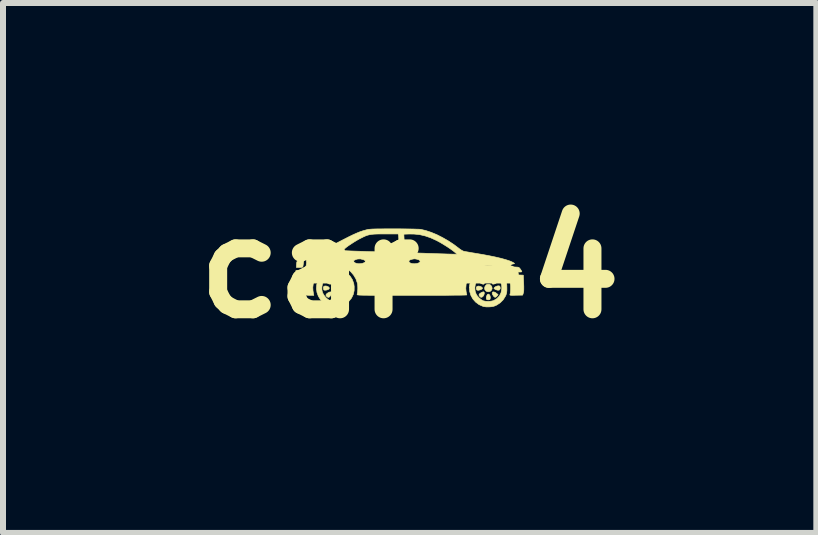
<source format=kicad_pcb>
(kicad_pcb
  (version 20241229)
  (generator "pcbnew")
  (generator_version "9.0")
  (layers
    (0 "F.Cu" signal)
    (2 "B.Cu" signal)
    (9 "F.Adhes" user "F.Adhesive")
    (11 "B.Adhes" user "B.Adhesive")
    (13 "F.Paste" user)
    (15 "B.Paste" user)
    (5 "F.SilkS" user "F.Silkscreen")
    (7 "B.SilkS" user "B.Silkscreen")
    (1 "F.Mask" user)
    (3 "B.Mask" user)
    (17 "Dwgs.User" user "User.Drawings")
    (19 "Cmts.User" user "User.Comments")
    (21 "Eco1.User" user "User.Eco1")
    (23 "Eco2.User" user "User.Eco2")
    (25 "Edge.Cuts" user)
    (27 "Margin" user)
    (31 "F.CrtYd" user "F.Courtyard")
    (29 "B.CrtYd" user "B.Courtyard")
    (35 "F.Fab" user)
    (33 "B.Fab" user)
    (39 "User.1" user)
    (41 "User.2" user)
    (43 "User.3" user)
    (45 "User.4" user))
  (footprint "car-4"
    (layer "F.Cu")
    (at 3.781 1.418)
    (property "Reference" "car-4" (at 0 0 0) (layer "F.SilkS") (effects (font (size 1.524 1.524) (thickness 0.3))))
    (attr through_hole)
    (fp_poly (pts (xy 1.426 0.407) (xy 1.452 0.426) (xy 1.475 0.445) (xy 1.456 0.468) (xy 1.437 0.486) (xy 1.421 0.489) (xy 1.403 0.475) (xy 1.398 0.469) (xy 1.38 0.439) (xy 1.376 0.416) (xy 1.383 0.402) (xy 1.401 0.399) (xy 1.426 0.407)) (stroke (width 0.01) (type solid)) (fill yes) (layer "F.SilkS"))
    (fp_poly (pts (xy -1.135 0.403) (xy -1.111 0.415) (xy -1.09 0.434) (xy -1.085 0.454) (xy -1.097 0.475) (xy -1.099 0.477) (xy -1.12 0.49) (xy -1.138 0.486) (xy -1.155 0.467) (xy -1.16 0.456) (xy -1.172 0.426) (xy -1.171 0.406) (xy -1.158 0.398) (xy -1.135 0.403)) (stroke (width 0.01) (type solid)) (fill yes) (layer "F.SilkS"))
    (fp_poly (pts (xy -1.383 0.303) (xy -1.379 0.304) (xy -1.352 0.317) (xy -1.34 0.332) (xy -1.343 0.348) (xy -1.361 0.361) (xy -1.393 0.37) (xy -1.395 0.37) (xy -1.418 0.371) (xy -1.43 0.367) (xy -1.434 0.36) (xy -1.44 0.33) (xy -1.433 0.31) (xy -1.413 0.3) (xy -1.383 0.303)) (stroke (width 0.01) (type solid)) (fill yes) (layer "F.SilkS"))
    (fp_poly (pts (xy -1.23 0.137) (xy -1.215 0.14) (xy -1.209 0.149) (xy -1.207 0.168) (xy -1.207 0.175) (xy -1.212 0.205) (xy -1.222 0.226) (xy -1.235 0.237) (xy -1.249 0.235) (xy -1.26 0.222) (xy -1.273 0.188) (xy -1.274 0.161) (xy -1.263 0.143) (xy -1.24 0.136) (xy -1.23 0.137)) (stroke (width 0.01) (type solid)) (fill yes) (layer "F.SilkS"))
    (fp_poly (pts (xy 1.151 0.302) (xy 1.176 0.307) (xy 1.198 0.317) (xy 1.212 0.331) (xy 1.214 0.342) (xy 1.202 0.354) (xy 1.18 0.364) (xy 1.153 0.371) (xy 1.138 0.373) (xy 1.121 0.367) (xy 1.112 0.35) (xy 1.112 0.324) (xy 1.124 0.307) (xy 1.149 0.302) (xy 1.151 0.302)) (stroke (width 0.01) (type solid)) (fill yes) (layer "F.SilkS"))
    (fp_poly (pts (xy 1.329 0.445) (xy 1.34 0.464) (xy 1.345 0.489) (xy 1.345 0.499) (xy 1.341 0.519) (xy 1.332 0.529) (xy 1.315 0.532) (xy 1.292 0.53) (xy 1.28 0.519) (xy 1.277 0.497) (xy 1.282 0.47) (xy 1.294 0.447) (xy 1.301 0.439) (xy 1.315 0.436) (xy 1.329 0.445)) (stroke (width 0.01) (type solid)) (fill yes) (layer "F.SilkS"))
    (fp_poly (pts (xy 1.33 0.273) (xy 1.354 0.289) (xy 1.371 0.317) (xy 1.375 0.345) (xy 1.365 0.37) (xy 1.346 0.388) (xy 1.32 0.397) (xy 1.292 0.395) (xy 1.273 0.385) (xy 1.254 0.363) (xy 1.249 0.334) (xy 1.257 0.306) (xy 1.277 0.281) (xy 1.303 0.271) (xy 1.33 0.273)) (stroke (width 0.01) (type solid)) (fill yes) (layer "F.SilkS"))
    (fp_poly (pts (xy -1.337 0.185) (xy -1.323 0.203) (xy -1.311 0.225) (xy -1.304 0.247) (xy -1.304 0.252) (xy -1.31 0.267) (xy -1.326 0.271) (xy -1.349 0.265) (xy -1.363 0.257) (xy -1.388 0.236) (xy -1.397 0.218) (xy -1.391 0.206) (xy -1.376 0.191) (xy -1.359 0.18) (xy -1.35 0.178) (xy -1.337 0.185)) (stroke (width 0.01) (type solid)) (fill yes) (layer "F.SilkS"))
    (fp_poly (pts (xy -1.305 0.404) (xy -1.304 0.419) (xy -1.309 0.442) (xy -1.322 0.466) (xy -1.338 0.484) (xy -1.354 0.491) (xy -1.371 0.485) (xy -1.383 0.476) (xy -1.394 0.46) (xy -1.397 0.452) (xy -1.39 0.437) (xy -1.372 0.421) (xy -1.35 0.408) (xy -1.331 0.401) (xy -1.312 0.399) (xy -1.305 0.404)) (stroke (width 0.01) (type solid)) (fill yes) (layer "F.SilkS"))
    (fp_poly (pts (xy 1.336 0.142) (xy 1.344 0.156) (xy 1.345 0.164) (xy 1.344 0.193) (xy 1.336 0.215) (xy 1.324 0.231) (xy 1.31 0.235) (xy 1.297 0.228) (xy 1.289 0.214) (xy 1.279 0.186) (xy 1.275 0.168) (xy 1.276 0.157) (xy 1.282 0.148) (xy 1.3 0.137) (xy 1.317 0.137) (xy 1.336 0.142)) (stroke (width 0.01) (type solid)) (fill yes) (layer "F.SilkS"))
    (fp_poly (pts (xy 1.449 0.191) (xy 1.462 0.208) (xy 1.465 0.22) (xy 1.458 0.237) (xy 1.441 0.252) (xy 1.42 0.264) (xy 1.398 0.27) (xy 1.381 0.268) (xy 1.376 0.263) (xy 1.376 0.249) (xy 1.383 0.228) (xy 1.395 0.206) (xy 1.409 0.188) (xy 1.416 0.183) (xy 1.432 0.182) (xy 1.449 0.191)) (stroke (width 0.01) (type solid)) (fill yes) (layer "F.SilkS"))
    (fp_poly (pts (xy -1.227 0.439) (xy -1.215 0.458) (xy -1.206 0.481) (xy -1.204 0.504) (xy -1.204 0.506) (xy -1.209 0.523) (xy -1.223 0.53) (xy -1.233 0.532) (xy -1.257 0.529) (xy -1.269 0.522) (xy -1.274 0.505) (xy -1.272 0.482) (xy -1.264 0.458) (xy -1.252 0.439) (xy -1.239 0.432) (xy -1.239 0.432) (xy -1.227 0.439)) (stroke (width 0.01) (type solid)) (fill yes) (layer "F.SilkS"))
    (fp_poly (pts (xy -1.221 0.275) (xy -1.208 0.281) (xy -1.188 0.295) (xy -1.179 0.313) (xy -1.177 0.336) (xy -1.184 0.366) (xy -1.202 0.386) (xy -1.227 0.396) (xy -1.255 0.394) (xy -1.281 0.379) (xy -1.284 0.376) (xy -1.3 0.351) (xy -1.302 0.325) (xy -1.292 0.301) (xy -1.274 0.283) (xy -1.249 0.273) (xy -1.221 0.275)) (stroke (width 0.01) (type solid)) (fill yes) (layer "F.SilkS"))
    (fp_poly (pts (xy -1.114 0.183) (xy -1.095 0.196) (xy -1.085 0.215) (xy -1.084 0.222) (xy -1.091 0.236) (xy -1.108 0.252) (xy -1.13 0.265) (xy -1.151 0.271) (xy -1.153 0.271) (xy -1.169 0.266) (xy -1.173 0.262) (xy -1.174 0.247) (xy -1.167 0.226) (xy -1.155 0.204) (xy -1.141 0.187) (xy -1.133 0.181) (xy -1.114 0.183)) (stroke (width 0.01) (type solid)) (fill yes) (layer "F.SilkS"))
    (fp_poly (pts (xy 1.242 0.405) (xy 1.245 0.421) (xy 1.24 0.443) (xy 1.23 0.465) (xy 1.227 0.469) (xy 1.206 0.487) (xy 1.186 0.489) (xy 1.167 0.473) (xy 1.165 0.469) (xy 1.156 0.452) (xy 1.158 0.439) (xy 1.161 0.435) (xy 1.179 0.42) (xy 1.203 0.406) (xy 1.226 0.398) (xy 1.231 0.398) (xy 1.242 0.405)) (stroke (width 0.01) (type solid)) (fill yes) (layer "F.SilkS"))
    (fp_poly (pts (xy 1.5 0.303) (xy 1.506 0.312) (xy 1.511 0.337) (xy 1.507 0.351) (xy 1.495 0.368) (xy 1.473 0.372) (xy 1.442 0.364) (xy 1.433 0.36) (xy 1.415 0.35) (xy 1.406 0.341) (xy 1.405 0.34) (xy 1.413 0.326) (xy 1.432 0.312) (xy 1.458 0.302) (xy 1.466 0.3) (xy 1.488 0.298) (xy 1.5 0.303)) (stroke (width 0.01) (type solid)) (fill yes) (layer "F.SilkS"))
    (fp_poly (pts (xy -1.773 -0.071) (xy -1.777 -0.043) (xy -1.781 -0.023) (xy -1.783 -0.016) (xy -1.793 -0.012) (xy -1.815 -0.009) (xy -1.838 -0.008) (xy -1.888 -0.008) (xy -1.888 -0.037) (xy -1.886 -0.067) (xy -1.883 -0.092) (xy -1.879 -0.106) (xy -1.873 -0.114) (xy -1.86 -0.118) (xy -1.836 -0.119) (xy -1.822 -0.119) (xy -1.767 -0.119) (xy -1.773 -0.071)) (stroke (width 0.01) (type solid)) (fill yes) (layer "F.SilkS"))
    (fp_poly (pts (xy -1.064 0.298) (xy -1.052 0.302) (xy -1.047 0.314) (xy -1.046 0.334) (xy -1.047 0.356) (xy -1.053 0.366) (xy -1.067 0.37) (xy -1.071 0.37) (xy -1.098 0.368) (xy -1.12 0.359) (xy -1.136 0.347) (xy -1.143 0.335) (xy -1.143 0.335) (xy -1.136 0.324) (xy -1.118 0.312) (xy -1.094 0.302) (xy -1.072 0.298) (xy -1.064 0.298)) (stroke (width 0.01) (type solid)) (fill yes) (layer "F.SilkS"))
    (fp_poly (pts (xy 1.22 0.195) (xy 1.225 0.2) (xy 1.238 0.223) (xy 1.245 0.246) (xy 1.245 0.248) (xy 1.242 0.265) (xy 1.23 0.271) (xy 1.224 0.271) (xy 1.204 0.265) (xy 1.181 0.252) (xy 1.176 0.247) (xy 1.16 0.231) (xy 1.155 0.22) (xy 1.159 0.208) (xy 1.161 0.205) (xy 1.18 0.185) (xy 1.2 0.181) (xy 1.22 0.195)) (stroke (width 0.01) (type solid)) (fill yes) (layer "F.SilkS"))
    (fp_poly (pts (xy 1.776 -0.015) (xy 1.804 -0.013) (xy 1.821 -0.008) (xy 1.835 0.004) (xy 1.847 0.021) (xy 1.861 0.042) (xy 1.869 0.057) (xy 1.871 0.061) (xy 1.864 0.066) (xy 1.845 0.068) (xy 1.82 0.067) (xy 1.793 0.066) (xy 1.771 0.062) (xy 1.759 0.057) (xy 1.746 0.041) (xy 1.734 0.017) (xy 1.727 -0.006) (xy 1.727 -0.009) (xy 1.735 -0.014) (xy 1.755 -0.016) (xy 1.776 -0.015)) (stroke (width 0.01) (type solid)) (fill yes) (layer "F.SilkS"))
    (fp_poly (pts (xy -1.204 0.021) (xy -1.136 0.037) (xy -1.104 0.05) (xy -1.043 0.088) (xy -0.993 0.137) (xy -0.955 0.196) (xy -0.932 0.261) (xy -0.925 0.31) (xy -0.926 0.378) (xy -0.939 0.438) (xy -0.966 0.495) (xy -0.974 0.508) (xy -1.019 0.562) (xy -1.074 0.604) (xy -1.136 0.634) (xy -1.204 0.649) (xy -1.274 0.649) (xy -1.321 0.64) (xy -1.385 0.615) (xy -1.441 0.576) (xy -1.488 0.527) (xy -1.523 0.47) (xy -1.546 0.407) (xy -1.552 0.359) (xy -1.464 0.359) (xy -1.459 0.389) (xy -1.448 0.42) (xy -1.448 0.421) (xy -1.427 0.457) (xy -1.398 0.493) (xy -1.365 0.523) (xy -1.333 0.543) (xy -1.331 0.543) (xy -1.275 0.558) (xy -1.215 0.559) (xy -1.157 0.545) (xy -1.118 0.527) (xy -1.074 0.49) (xy -1.04 0.443) (xy -1.019 0.389) (xy -1.012 0.332) (xy -1.016 0.291) (xy -1.036 0.233) (xy -1.069 0.185) (xy -1.116 0.147) (xy -1.135 0.137) (xy -1.165 0.122) (xy -1.189 0.114) (xy -1.213 0.111) (xy -1.244 0.112) (xy -1.249 0.112) (xy -1.309 0.122) (xy -1.358 0.142) (xy -1.399 0.176) (xy -1.404 0.182) (xy -1.435 0.222) (xy -1.453 0.263) (xy -1.462 0.31) (xy -1.463 0.322) (xy -1.464 0.359) (xy -1.552 0.359) (xy -1.555 0.34) (xy -1.55 0.28) (xy -1.528 0.211) (xy -1.495 0.151) (xy -1.45 0.101) (xy -1.396 0.062) (xy -1.336 0.035) (xy -1.272 0.021) (xy -1.204 0.021)) (stroke (width 0.01) (type solid)) (fill yes) (layer "F.SilkS"))
    (fp_poly (pts (xy 1.379 0.027) (xy 1.438 0.046) (xy 1.494 0.076) (xy 1.543 0.119) (xy 1.585 0.175) (xy 1.602 0.209) (xy 1.612 0.232) (xy 1.617 0.257) (xy 1.62 0.288) (xy 1.621 0.33) (xy 1.621 0.334) (xy 1.621 0.376) (xy 1.618 0.406) (xy 1.613 0.43) (xy 1.605 0.454) (xy 1.599 0.467) (xy 1.56 0.53) (xy 1.509 0.581) (xy 1.453 0.618) (xy 1.42 0.633) (xy 1.391 0.642) (xy 1.358 0.647) (xy 1.328 0.649) (xy 1.274 0.649) (xy 1.231 0.643) (xy 1.222 0.64) (xy 1.156 0.611) (xy 1.1 0.569) (xy 1.054 0.517) (xy 1.021 0.458) (xy 1.001 0.394) (xy 0.995 0.326) (xy 0.995 0.324) (xy 1.087 0.324) (xy 1.091 0.383) (xy 1.096 0.402) (xy 1.109 0.436) (xy 1.127 0.465) (xy 1.154 0.495) (xy 1.18 0.518) (xy 1.207 0.537) (xy 1.228 0.548) (xy 1.267 0.556) (xy 1.312 0.558) (xy 1.357 0.554) (xy 1.394 0.546) (xy 1.401 0.543) (xy 1.455 0.51) (xy 1.496 0.467) (xy 1.523 0.414) (xy 1.535 0.353) (xy 1.536 0.334) (xy 1.535 0.299) (xy 1.53 0.272) (xy 1.52 0.246) (xy 1.512 0.23) (xy 1.475 0.178) (xy 1.429 0.141) (xy 1.374 0.119) (xy 1.31 0.11) (xy 1.304 0.11) (xy 1.247 0.118) (xy 1.195 0.14) (xy 1.152 0.174) (xy 1.119 0.217) (xy 1.096 0.268) (xy 1.087 0.324) (xy 0.995 0.324) (xy 1 0.284) (xy 1.02 0.215) (xy 1.051 0.156) (xy 1.093 0.107) (xy 1.142 0.069) (xy 1.198 0.041) (xy 1.257 0.025) (xy 1.318 0.02) (xy 1.379 0.027)) (stroke (width 0.01) (type solid)) (fill yes) (layer "F.SilkS"))
    (fp_poly (pts (xy -0.17 -0.652) (xy -0.084 -0.651) (xy -0.008 -0.65) (xy 0.059 -0.649) (xy 0.114 -0.647) (xy 0.155 -0.646) (xy 0.181 -0.644) (xy 0.186 -0.643) (xy 0.268 -0.624) (xy 0.358 -0.594) (xy 0.453 -0.555) (xy 0.549 -0.506) (xy 0.645 -0.451) (xy 0.736 -0.391) (xy 0.809 -0.336) (xy 0.839 -0.313) (xy 0.868 -0.294) (xy 0.892 -0.282) (xy 0.897 -0.28) (xy 0.915 -0.276) (xy 0.946 -0.27) (xy 0.988 -0.263) (xy 1.036 -0.254) (xy 1.089 -0.246) (xy 1.092 -0.245) (xy 1.213 -0.225) (xy 1.325 -0.204) (xy 1.427 -0.183) (xy 1.517 -0.162) (xy 1.594 -0.141) (xy 1.657 -0.121) (xy 1.704 -0.102) (xy 1.734 -0.086) (xy 1.747 -0.076) (xy 1.745 -0.07) (xy 1.729 -0.068) (xy 1.701 -0.061) (xy 1.684 -0.043) (xy 1.678 -0.015) (xy 1.683 0.021) (xy 1.692 0.047) (xy 1.708 0.076) (xy 1.725 0.096) (xy 1.748 0.108) (xy 1.78 0.115) (xy 1.82 0.117) (xy 1.895 0.12) (xy 1.901 0.253) (xy 1.903 0.31) (xy 1.903 0.353) (xy 1.902 0.384) (xy 1.898 0.407) (xy 1.895 0.419) (xy 1.884 0.453) (xy 1.775 0.455) (xy 1.73 0.456) (xy 1.7 0.456) (xy 1.682 0.455) (xy 1.673 0.452) (xy 1.671 0.448) (xy 1.672 0.443) (xy 1.679 0.417) (xy 1.682 0.38) (xy 1.683 0.337) (xy 1.682 0.293) (xy 1.677 0.254) (xy 1.672 0.232) (xy 1.643 0.159) (xy 1.6 0.096) (xy 1.545 0.042) (xy 1.48 0.001) (xy 1.407 -0.027) (xy 1.369 -0.035) (xy 1.294 -0.04) (xy 1.222 -0.029) (xy 1.154 -0.005) (xy 1.093 0.032) (xy 1.04 0.079) (xy 0.996 0.135) (xy 0.963 0.199) (xy 0.942 0.268) (xy 0.936 0.341) (xy 0.941 0.392) (xy 0.946 0.42) (xy 0.951 0.441) (xy 0.953 0.45) (xy 0.946 0.451) (xy 0.922 0.452) (xy 0.884 0.453) (xy 0.832 0.454) (xy 0.767 0.454) (xy 0.691 0.455) (xy 0.604 0.456) (xy 0.508 0.456) (xy 0.404 0.457) (xy 0.293 0.457) (xy 0.175 0.457) (xy 0.052 0.457) (xy 0.038 0.457) (xy -0.107 0.457) (xy -0.236 0.457) (xy -0.349 0.457) (xy -0.449 0.457) (xy -0.535 0.457) (xy -0.609 0.456) (xy -0.672 0.456) (xy -0.724 0.455) (xy -0.767 0.455) (xy -0.801 0.454) (xy -0.827 0.453) (xy -0.847 0.452) (xy -0.861 0.45) (xy -0.869 0.449) (xy -0.874 0.447) (xy -0.876 0.445) (xy -0.876 0.443) (xy -0.876 0.442) (xy -0.871 0.419) (xy -0.867 0.385) (xy -0.865 0.344) (xy -0.866 0.304) (xy -0.869 0.268) (xy -0.872 0.253) (xy -0.896 0.183) (xy -0.935 0.118) (xy -0.984 0.061) (xy -1.043 0.015) (xy -1.072 -0.001) (xy -1.144 -0.028) (xy -1.218 -0.039) (xy -1.29 -0.036) (xy -1.36 -0.019) (xy -1.425 0.012) (xy -1.484 0.054) (xy -1.534 0.107) (xy -1.574 0.169) (xy -1.602 0.241) (xy -1.609 0.275) (xy -1.615 0.325) (xy -1.612 0.38) (xy -1.603 0.433) (xy -1.598 0.457) (xy -1.669 0.457) (xy -1.72 0.454) (xy -1.755 0.447) (xy -1.765 0.443) (xy -1.81 0.413) (xy -1.845 0.375) (xy -1.87 0.328) (xy -1.886 0.269) (xy -1.895 0.197) (xy -1.896 0.142) (xy -1.897 0.042) (xy -1.838 0.042) (xy -1.793 0.039) (xy -1.762 0.027) (xy -1.741 0.006) (xy -1.728 -0.026) (xy -1.727 -0.034) (xy -1.719 -0.085) (xy -1.72 -0.107) (xy -0.934 -0.107) (xy -0.932 -0.103) (xy -0.913 -0.086) (xy -0.883 -0.075) (xy -0.846 -0.07) (xy -0.805 -0.073) (xy -0.784 -0.078) (xy -0.753 -0.09) (xy -0.738 -0.104) (xy -0.738 -0.11) (xy -0.013 -0.11) (xy -0.005 -0.093) (xy 0.016 -0.08) (xy 0.045 -0.072) (xy 0.08 -0.07) (xy 0.117 -0.074) (xy 0.14 -0.08) (xy 0.163 -0.09) (xy 0.173 -0.103) (xy 0.174 -0.11) (xy 0.169 -0.124) (xy 0.153 -0.135) (xy 0.14 -0.14) (xy 0.111 -0.148) (xy 0.085 -0.152) (xy 0.08 -0.152) (xy 0.056 -0.149) (xy 0.027 -0.142) (xy 0.021 -0.14) (xy -0.002 -0.13) (xy -0.012 -0.118) (xy -0.013 -0.11) (xy -0.738 -0.11) (xy -0.739 -0.118) (xy -0.758 -0.132) (xy -0.773 -0.139) (xy -0.822 -0.151) (xy -0.868 -0.149) (xy -0.89 -0.143) (xy -0.919 -0.131) (xy -0.933 -0.12) (xy -0.934 -0.107) (xy -1.72 -0.107) (xy -1.72 -0.122) (xy -1.731 -0.147) (xy -1.751 -0.162) (xy -1.783 -0.169) (xy -1.803 -0.169) (xy -1.833 -0.17) (xy -1.849 -0.174) (xy -1.854 -0.181) (xy -1.854 -0.181) (xy -1.848 -0.198) (xy -1.832 -0.219) (xy -1.811 -0.24) (xy -1.789 -0.257) (xy -1.786 -0.259) (xy -1.771 -0.264) (xy -1.743 -0.272) (xy -1.703 -0.283) (xy -1.679 -0.289) (xy -1.096 -0.289) (xy -1.087 -0.288) (xy -1.064 -0.287) (xy -1.027 -0.285) (xy -0.979 -0.283) (xy -0.922 -0.281) (xy -0.859 -0.279) (xy -0.79 -0.277) (xy -0.718 -0.274) (xy -0.646 -0.272) (xy -0.574 -0.27) (xy -0.505 -0.268) (xy -0.441 -0.266) (xy -0.385 -0.265) (xy -0.337 -0.264) (xy -0.306 -0.264) (xy -0.167 -0.262) (xy -0.173 -0.362) (xy -0.175 -0.408) (xy -0.179 -0.453) (xy -0.182 -0.493) (xy -0.183 -0.514) (xy -0.188 -0.563) (xy -0.097 -0.563) (xy -0.095 -0.521) (xy -0.092 -0.465) (xy -0.088 -0.411) (xy -0.085 -0.361) (xy -0.081 -0.319) (xy -0.079 -0.286) (xy -0.076 -0.265) (xy -0.075 -0.259) (xy -0.066 -0.258) (xy -0.043 -0.256) (xy -0.006 -0.255) (xy 0.041 -0.253) (xy 0.098 -0.251) (xy 0.162 -0.248) (xy 0.23 -0.246) (xy 0.302 -0.243) (xy 0.375 -0.241) (xy 0.447 -0.238) (xy 0.516 -0.236) (xy 0.58 -0.234) (xy 0.637 -0.232) (xy 0.686 -0.231) (xy 0.723 -0.23) (xy 0.728 -0.23) (xy 0.792 -0.229) (xy 0.758 -0.258) (xy 0.722 -0.287) (xy 0.676 -0.32) (xy 0.622 -0.356) (xy 0.566 -0.391) (xy 0.511 -0.424) (xy 0.461 -0.451) (xy 0.45 -0.457) (xy 0.352 -0.502) (xy 0.259 -0.534) (xy 0.169 -0.555) (xy 0.077 -0.565) (xy -0.008 -0.566) (xy -0.097 -0.563) (xy -0.188 -0.563) (xy -0.189 -0.567) (xy -0.406 -0.567) (xy -0.482 -0.567) (xy -0.543 -0.566) (xy -0.593 -0.564) (xy -0.635 -0.56) (xy -0.67 -0.554) (xy -0.702 -0.546) (xy -0.733 -0.535) (xy -0.767 -0.52) (xy -0.801 -0.503) (xy -0.843 -0.482) (xy -0.888 -0.456) (xy -0.934 -0.428) (xy -0.978 -0.399) (xy -1.019 -0.372) (xy -1.053 -0.347) (xy -1.077 -0.327) (xy -1.09 -0.313) (xy -1.091 -0.311) (xy -1.096 -0.296) (xy -1.096 -0.289) (xy -1.679 -0.289) (xy -1.653 -0.296) (xy -1.595 -0.311) (xy -1.533 -0.326) (xy -1.515 -0.33) (xy -1.268 -0.389) (xy -1.106 -0.473) (xy -1.02 -0.517) (xy -0.946 -0.553) (xy -0.881 -0.582) (xy -0.824 -0.605) (xy -0.772 -0.622) (xy -0.724 -0.635) (xy -0.707 -0.639) (xy -0.689 -0.643) (xy -0.669 -0.645) (xy -0.645 -0.647) (xy -0.616 -0.649) (xy -0.579 -0.65) (xy -0.534 -0.651) (xy -0.477 -0.651) (xy -0.408 -0.652) (xy -0.325 -0.652) (xy -0.262 -0.652) (xy -0.17 -0.652)) (stroke (width 0.01) (type solid)) (fill yes) (layer "F.SilkS")))
  (gr_rect
    (start -3 -3)
    (end 10.562 5.836)
    (stroke (width 0.1) (type default))
    (fill no)
    (layer "Edge.Cuts")))
</source>
